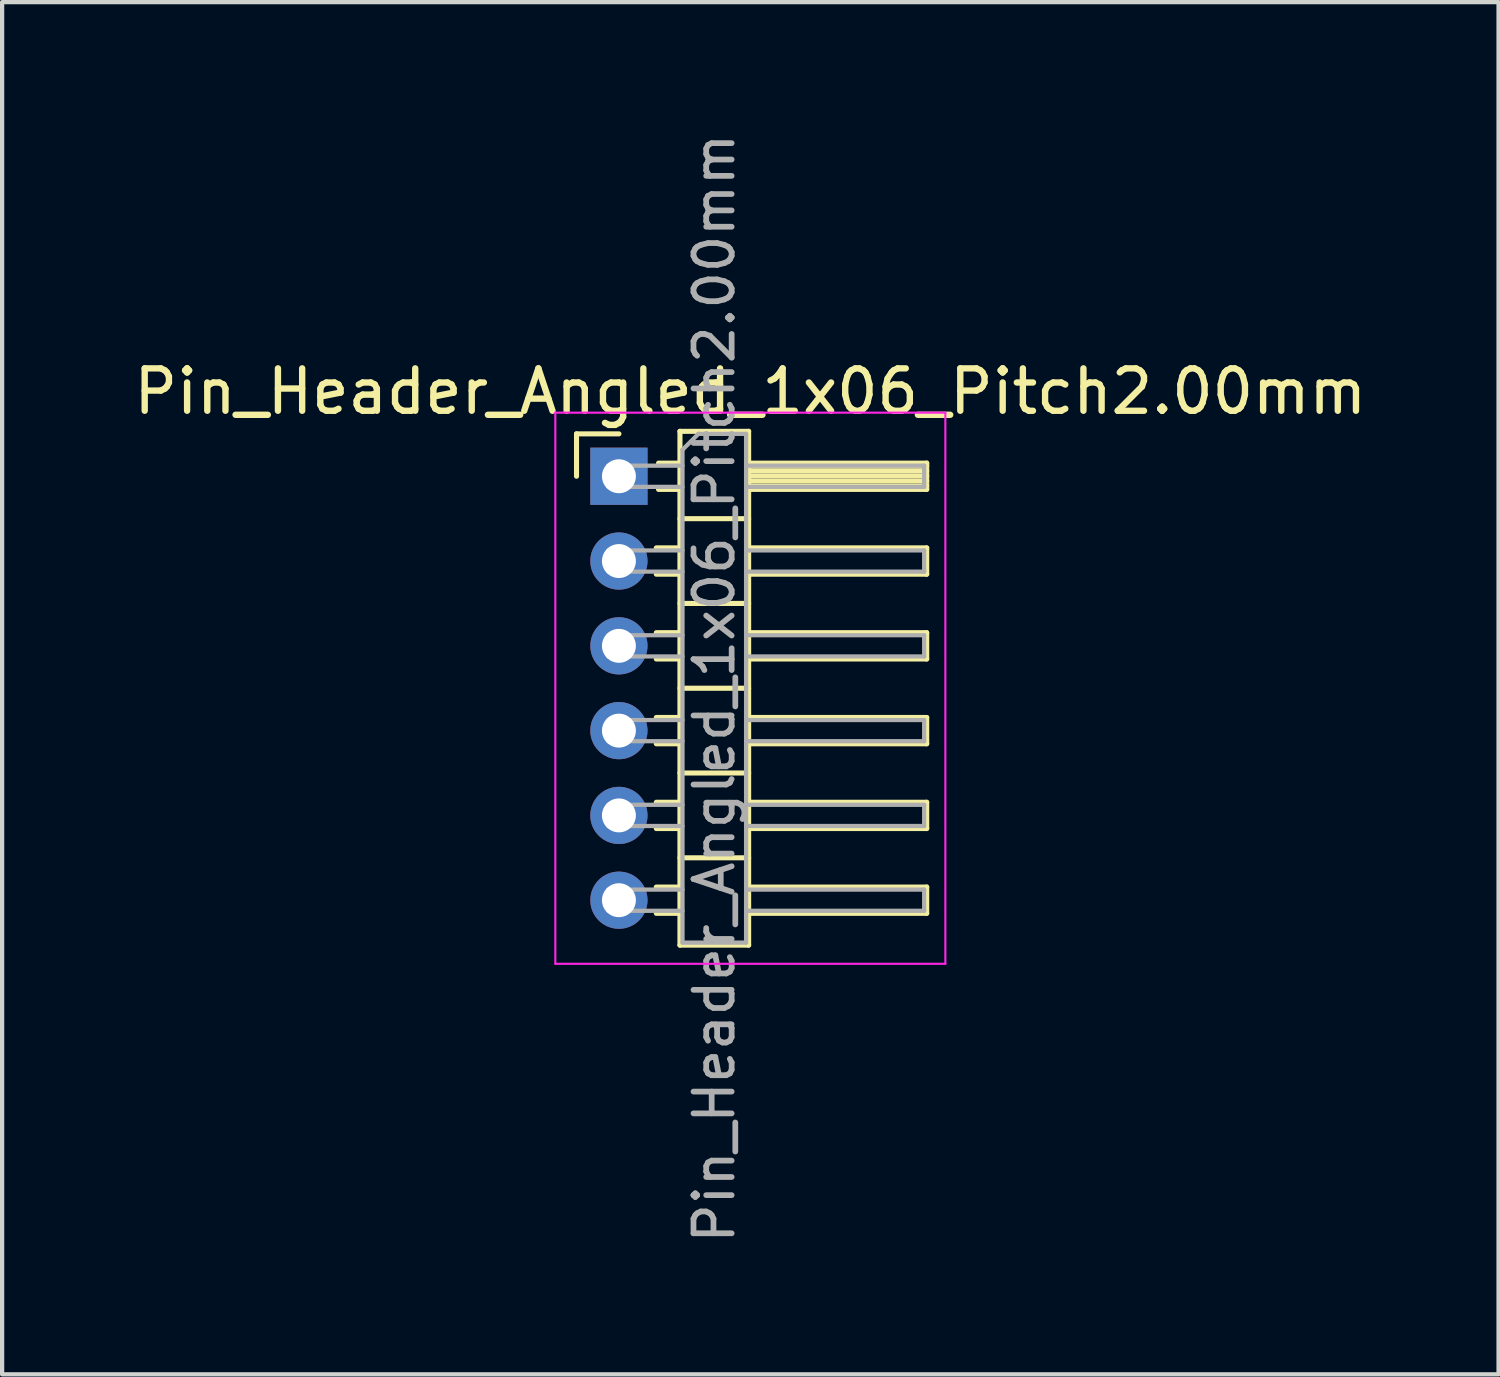
<source format=kicad_pcb>
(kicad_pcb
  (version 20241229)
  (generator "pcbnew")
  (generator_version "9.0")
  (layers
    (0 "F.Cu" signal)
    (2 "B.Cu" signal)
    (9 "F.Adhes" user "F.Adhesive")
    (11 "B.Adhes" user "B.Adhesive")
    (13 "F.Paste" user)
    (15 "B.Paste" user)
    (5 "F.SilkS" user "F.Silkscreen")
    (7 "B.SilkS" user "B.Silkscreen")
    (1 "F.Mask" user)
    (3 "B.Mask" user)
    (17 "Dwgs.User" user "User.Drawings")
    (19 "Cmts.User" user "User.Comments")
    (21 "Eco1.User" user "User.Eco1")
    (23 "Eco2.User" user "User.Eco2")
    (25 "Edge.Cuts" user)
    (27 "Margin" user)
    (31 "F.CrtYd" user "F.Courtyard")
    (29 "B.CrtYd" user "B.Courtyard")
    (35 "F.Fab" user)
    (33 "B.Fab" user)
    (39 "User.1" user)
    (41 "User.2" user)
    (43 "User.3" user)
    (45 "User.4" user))
  (footprint "Pin_Header_Angled_1x06_Pitch2.00mm"
    (layer "F.Cu")
    (at 11.549 8.184)
    (property "Reference" "Pin_Header_Angled_1x06_Pitch2.00mm" (at 3.1 -2 0) (layer "F.SilkS") (effects (font (size 1 1) (thickness 0.15))))
    (attr through_hole)
    (fp_line (start -1 -1) (end 0 -1) (stroke (width 0.12) (type solid)) (layer "F.SilkS"))
    (fp_line (start -1 0) (end -1 -1) (stroke (width 0.12) (type solid)) (layer "F.SilkS"))
    (fp_line (start 0.882 1.69) (end 1.44 1.69) (stroke (width 0.12) (type solid)) (layer "F.SilkS"))
    (fp_line (start 0.882 2.31) (end 1.44 2.31) (stroke (width 0.12) (type solid)) (layer "F.SilkS"))
    (fp_line (start 0.882 3.69) (end 1.44 3.69) (stroke (width 0.12) (type solid)) (layer "F.SilkS"))
    (fp_line (start 0.882 4.31) (end 1.44 4.31) (stroke (width 0.12) (type solid)) (layer "F.SilkS"))
    (fp_line (start 0.882 5.69) (end 1.44 5.69) (stroke (width 0.12) (type solid)) (layer "F.SilkS"))
    (fp_line (start 0.882 6.31) (end 1.44 6.31) (stroke (width 0.12) (type solid)) (layer "F.SilkS"))
    (fp_line (start 0.882 7.69) (end 1.44 7.69) (stroke (width 0.12) (type solid)) (layer "F.SilkS"))
    (fp_line (start 0.882 8.31) (end 1.44 8.31) (stroke (width 0.12) (type solid)) (layer "F.SilkS"))
    (fp_line (start 0.882 9.69) (end 1.44 9.69) (stroke (width 0.12) (type solid)) (layer "F.SilkS"))
    (fp_line (start 0.882 10.31) (end 1.44 10.31) (stroke (width 0.12) (type solid)) (layer "F.SilkS"))
    (fp_line (start 0.935 -0.31) (end 1.44 -0.31) (stroke (width 0.12) (type solid)) (layer "F.SilkS"))
    (fp_line (start 0.935 0.31) (end 1.44 0.31) (stroke (width 0.12) (type solid)) (layer "F.SilkS"))
    (fp_line (start 1.44 -1.06) (end 1.44 11.06) (stroke (width 0.12) (type solid)) (layer "F.SilkS"))
    (fp_line (start 1.44 1) (end 3.06 1) (stroke (width 0.12) (type solid)) (layer "F.SilkS"))
    (fp_line (start 1.44 3) (end 3.06 3) (stroke (width 0.12) (type solid)) (layer "F.SilkS"))
    (fp_line (start 1.44 5) (end 3.06 5) (stroke (width 0.12) (type solid)) (layer "F.SilkS"))
    (fp_line (start 1.44 7) (end 3.06 7) (stroke (width 0.12) (type solid)) (layer "F.SilkS"))
    (fp_line (start 1.44 9) (end 3.06 9) (stroke (width 0.12) (type solid)) (layer "F.SilkS"))
    (fp_line (start 1.44 11.06) (end 3.06 11.06) (stroke (width 0.12) (type solid)) (layer "F.SilkS"))
    (fp_line (start 3.06 -1.06) (end 1.44 -1.06) (stroke (width 0.12) (type solid)) (layer "F.SilkS"))
    (fp_line (start 3.06 -0.31) (end 7.26 -0.31) (stroke (width 0.12) (type solid)) (layer "F.SilkS"))
    (fp_line (start 3.06 -0.25) (end 7.26 -0.25) (stroke (width 0.12) (type solid)) (layer "F.SilkS"))
    (fp_line (start 3.06 -0.13) (end 7.26 -0.13) (stroke (width 0.12) (type solid)) (layer "F.SilkS"))
    (fp_line (start 3.06 -0.01) (end 7.26 -0.01) (stroke (width 0.12) (type solid)) (layer "F.SilkS"))
    (fp_line (start 3.06 0.11) (end 7.26 0.11) (stroke (width 0.12) (type solid)) (layer "F.SilkS"))
    (fp_line (start 3.06 0.23) (end 7.26 0.23) (stroke (width 0.12) (type solid)) (layer "F.SilkS"))
    (fp_line (start 3.06 1.69) (end 7.26 1.69) (stroke (width 0.12) (type solid)) (layer "F.SilkS"))
    (fp_line (start 3.06 3.69) (end 7.26 3.69) (stroke (width 0.12) (type solid)) (layer "F.SilkS"))
    (fp_line (start 3.06 5.69) (end 7.26 5.69) (stroke (width 0.12) (type solid)) (layer "F.SilkS"))
    (fp_line (start 3.06 7.69) (end 7.26 7.69) (stroke (width 0.12) (type solid)) (layer "F.SilkS"))
    (fp_line (start 3.06 9.69) (end 7.26 9.69) (stroke (width 0.12) (type solid)) (layer "F.SilkS"))
    (fp_line (start 3.06 11.06) (end 3.06 -1.06) (stroke (width 0.12) (type solid)) (layer "F.SilkS"))
    (fp_line (start 7.26 -0.31) (end 7.26 0.31) (stroke (width 0.12) (type solid)) (layer "F.SilkS"))
    (fp_line (start 7.26 0.31) (end 3.06 0.31) (stroke (width 0.12) (type solid)) (layer "F.SilkS"))
    (fp_line (start 7.26 1.69) (end 7.26 2.31) (stroke (width 0.12) (type solid)) (layer "F.SilkS"))
    (fp_line (start 7.26 2.31) (end 3.06 2.31) (stroke (width 0.12) (type solid)) (layer "F.SilkS"))
    (fp_line (start 7.26 3.69) (end 7.26 4.31) (stroke (width 0.12) (type solid)) (layer "F.SilkS"))
    (fp_line (start 7.26 4.31) (end 3.06 4.31) (stroke (width 0.12) (type solid)) (layer "F.SilkS"))
    (fp_line (start 7.26 5.69) (end 7.26 6.31) (stroke (width 0.12) (type solid)) (layer "F.SilkS"))
    (fp_line (start 7.26 6.31) (end 3.06 6.31) (stroke (width 0.12) (type solid)) (layer "F.SilkS"))
    (fp_line (start 7.26 7.69) (end 7.26 8.31) (stroke (width 0.12) (type solid)) (layer "F.SilkS"))
    (fp_line (start 7.26 8.31) (end 3.06 8.31) (stroke (width 0.12) (type solid)) (layer "F.SilkS"))
    (fp_line (start 7.26 9.69) (end 7.26 10.31) (stroke (width 0.12) (type solid)) (layer "F.SilkS"))
    (fp_line (start 7.26 10.31) (end 3.06 10.31) (stroke (width 0.12) (type solid)) (layer "F.SilkS"))
    (fp_line (start -1.5 -1.5) (end -1.5 11.5) (stroke (width 0.05) (type solid)) (layer "F.CrtYd"))
    (fp_line (start -1.5 11.5) (end 7.7 11.5) (stroke (width 0.05) (type solid)) (layer "F.CrtYd"))
    (fp_line (start 7.7 -1.5) (end -1.5 -1.5) (stroke (width 0.05) (type solid)) (layer "F.CrtYd"))
    (fp_line (start 7.7 11.5) (end 7.7 -1.5) (stroke (width 0.05) (type solid)) (layer "F.CrtYd"))
    (fp_line (start -0.25 -0.25) (end -0.25 0.25) (stroke (width 0.1) (type solid)) (layer "F.Fab"))
    (fp_line (start -0.25 -0.25) (end 1.5 -0.25) (stroke (width 0.1) (type solid)) (layer "F.Fab"))
    (fp_line (start -0.25 0.25) (end 1.5 0.25) (stroke (width 0.1) (type solid)) (layer "F.Fab"))
    (fp_line (start -0.25 1.75) (end -0.25 2.25) (stroke (width 0.1) (type solid)) (layer "F.Fab"))
    (fp_line (start -0.25 1.75) (end 1.5 1.75) (stroke (width 0.1) (type solid)) (layer "F.Fab"))
    (fp_line (start -0.25 2.25) (end 1.5 2.25) (stroke (width 0.1) (type solid)) (layer "F.Fab"))
    (fp_line (start -0.25 3.75) (end -0.25 4.25) (stroke (width 0.1) (type solid)) (layer "F.Fab"))
    (fp_line (start -0.25 3.75) (end 1.5 3.75) (stroke (width 0.1) (type solid)) (layer "F.Fab"))
    (fp_line (start -0.25 4.25) (end 1.5 4.25) (stroke (width 0.1) (type solid)) (layer "F.Fab"))
    (fp_line (start -0.25 5.75) (end -0.25 6.25) (stroke (width 0.1) (type solid)) (layer "F.Fab"))
    (fp_line (start -0.25 5.75) (end 1.5 5.75) (stroke (width 0.1) (type solid)) (layer "F.Fab"))
    (fp_line (start -0.25 6.25) (end 1.5 6.25) (stroke (width 0.1) (type solid)) (layer "F.Fab"))
    (fp_line (start -0.25 7.75) (end -0.25 8.25) (stroke (width 0.1) (type solid)) (layer "F.Fab"))
    (fp_line (start -0.25 7.75) (end 1.5 7.75) (stroke (width 0.1) (type solid)) (layer "F.Fab"))
    (fp_line (start -0.25 8.25) (end 1.5 8.25) (stroke (width 0.1) (type solid)) (layer "F.Fab"))
    (fp_line (start -0.25 9.75) (end -0.25 10.25) (stroke (width 0.1) (type solid)) (layer "F.Fab"))
    (fp_line (start -0.25 9.75) (end 1.5 9.75) (stroke (width 0.1) (type solid)) (layer "F.Fab"))
    (fp_line (start -0.25 10.25) (end 1.5 10.25) (stroke (width 0.1) (type solid)) (layer "F.Fab"))
    (fp_line (start 1.5 -0.625) (end 1.875 -1) (stroke (width 0.1) (type solid)) (layer "F.Fab"))
    (fp_line (start 1.5 11) (end 1.5 -0.625) (stroke (width 0.1) (type solid)) (layer "F.Fab"))
    (fp_line (start 1.875 -1) (end 3 -1) (stroke (width 0.1) (type solid)) (layer "F.Fab"))
    (fp_line (start 3 -1) (end 3 11) (stroke (width 0.1) (type solid)) (layer "F.Fab"))
    (fp_line (start 3 -0.25) (end 7.2 -0.25) (stroke (width 0.1) (type solid)) (layer "F.Fab"))
    (fp_line (start 3 0.25) (end 7.2 0.25) (stroke (width 0.1) (type solid)) (layer "F.Fab"))
    (fp_line (start 3 1.75) (end 7.2 1.75) (stroke (width 0.1) (type solid)) (layer "F.Fab"))
    (fp_line (start 3 2.25) (end 7.2 2.25) (stroke (width 0.1) (type solid)) (layer "F.Fab"))
    (fp_line (start 3 3.75) (end 7.2 3.75) (stroke (width 0.1) (type solid)) (layer "F.Fab"))
    (fp_line (start 3 4.25) (end 7.2 4.25) (stroke (width 0.1) (type solid)) (layer "F.Fab"))
    (fp_line (start 3 5.75) (end 7.2 5.75) (stroke (width 0.1) (type solid)) (layer "F.Fab"))
    (fp_line (start 3 6.25) (end 7.2 6.25) (stroke (width 0.1) (type solid)) (layer "F.Fab"))
    (fp_line (start 3 7.75) (end 7.2 7.75) (stroke (width 0.1) (type solid)) (layer "F.Fab"))
    (fp_line (start 3 8.25) (end 7.2 8.25) (stroke (width 0.1) (type solid)) (layer "F.Fab"))
    (fp_line (start 3 9.75) (end 7.2 9.75) (stroke (width 0.1) (type solid)) (layer "F.Fab"))
    (fp_line (start 3 10.25) (end 7.2 10.25) (stroke (width 0.1) (type solid)) (layer "F.Fab"))
    (fp_line (start 3 11) (end 1.5 11) (stroke (width 0.1) (type solid)) (layer "F.Fab"))
    (fp_line (start 7.2 -0.25) (end 7.2 0.25) (stroke (width 0.1) (type solid)) (layer "F.Fab"))
    (fp_line (start 7.2 1.75) (end 7.2 2.25) (stroke (width 0.1) (type solid)) (layer "F.Fab"))
    (fp_line (start 7.2 3.75) (end 7.2 4.25) (stroke (width 0.1) (type solid)) (layer "F.Fab"))
    (fp_line (start 7.2 5.75) (end 7.2 6.25) (stroke (width 0.1) (type solid)) (layer "F.Fab"))
    (fp_line (start 7.2 7.75) (end 7.2 8.25) (stroke (width 0.1) (type solid)) (layer "F.Fab"))
    (fp_line (start 7.2 9.75) (end 7.2 10.25) (stroke (width 0.1) (type solid)) (layer "F.Fab"))
    (fp_text user "${REFERENCE}" (at 2.25 5 90) (layer "F.Fab") (effects (font (size 0.9 0.9) (thickness 0.135))))
    (pad "1" thru_hole rect (at 0 0) (size 1.35 1.35) (drill 0.8) (layers "*.Cu" "*.Mask"))
    (pad "2" thru_hole oval (at 0 2) (size 1.35 1.35) (drill 0.8) (layers "*.Cu" "*.Mask"))
    (pad "3" thru_hole oval (at 0 4) (size 1.35 1.35) (drill 0.8) (layers "*.Cu" "*.Mask"))
    (pad "4" thru_hole oval (at 0 6) (size 1.35 1.35) (drill 0.8) (layers "*.Cu" "*.Mask"))
    (pad "5" thru_hole oval (at 0 8) (size 1.35 1.35) (drill 0.8) (layers "*.Cu" "*.Mask"))
    (pad "6" thru_hole oval (at 0 10) (size 1.35 1.35) (drill 0.8) (layers "*.Cu" "*.Mask")))
  (gr_rect
    (start -3 -3)
    (end 32.298 29.368)
    (stroke (width 0.1) (type default))
    (fill no)
    (layer "Edge.Cuts")))
</source>
